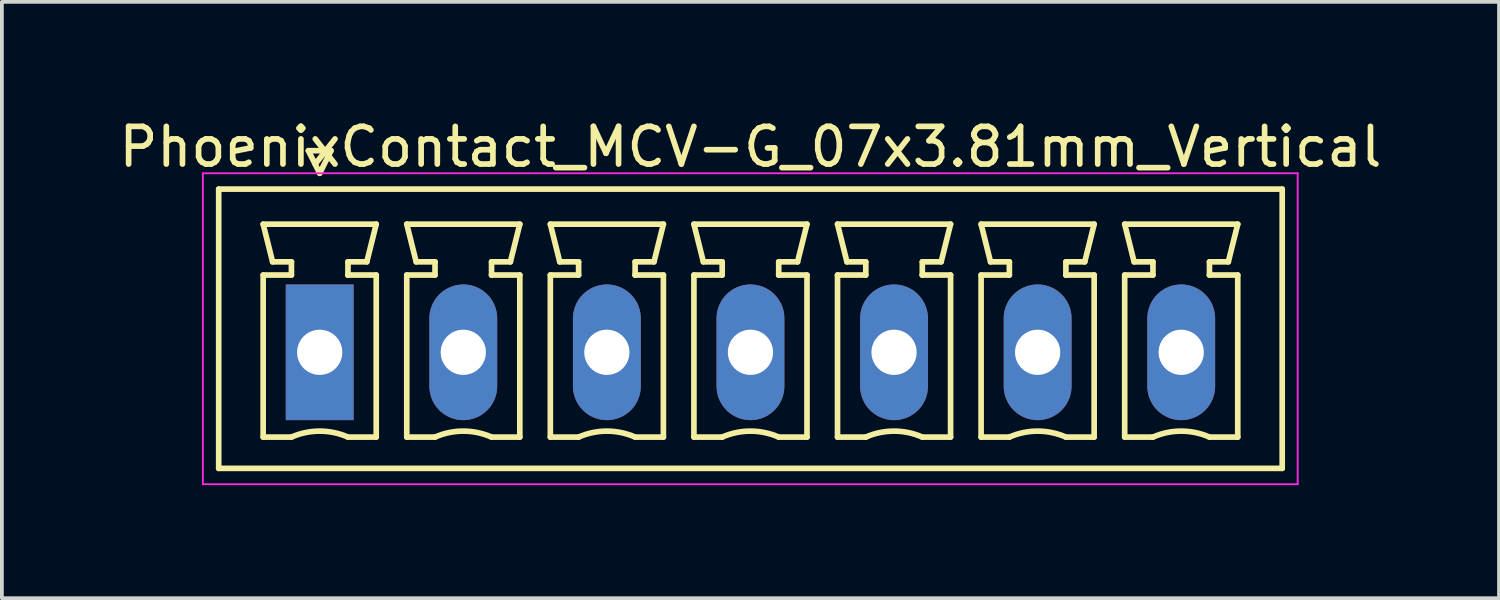
<source format=kicad_pcb>
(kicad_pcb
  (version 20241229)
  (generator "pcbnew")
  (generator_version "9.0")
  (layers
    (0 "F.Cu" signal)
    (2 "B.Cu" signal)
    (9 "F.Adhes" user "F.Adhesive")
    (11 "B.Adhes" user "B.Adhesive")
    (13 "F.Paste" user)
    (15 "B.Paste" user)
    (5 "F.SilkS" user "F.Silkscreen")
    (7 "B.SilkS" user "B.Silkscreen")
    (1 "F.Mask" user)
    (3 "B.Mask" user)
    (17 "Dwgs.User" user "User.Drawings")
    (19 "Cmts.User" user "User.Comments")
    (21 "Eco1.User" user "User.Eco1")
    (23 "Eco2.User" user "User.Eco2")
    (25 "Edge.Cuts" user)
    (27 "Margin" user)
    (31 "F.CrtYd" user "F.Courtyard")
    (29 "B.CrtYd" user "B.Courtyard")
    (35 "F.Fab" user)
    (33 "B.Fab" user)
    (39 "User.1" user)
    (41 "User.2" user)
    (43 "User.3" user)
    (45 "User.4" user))
  (footprint "PhoenixContact_MCV-G_07x3.81mm_Vertical"
    (layer "F.Cu")
    (at 5.433 6.298)
    (property "Reference" "PhoenixContact_MCV-G_07x3.81mm_Vertical" (at 11.43 -5.45 0) (layer "F.SilkS") (effects (font (size 1 1) (thickness 0.15))))
    (attr through_hole)
    (fp_line (start -2.68 -4.33) (end -2.68 3.08) (stroke (width 0.15) (type solid)) (layer "F.SilkS"))
    (fp_line (start -2.68 3.08) (end 25.54 3.08) (stroke (width 0.15) (type solid)) (layer "F.SilkS"))
    (fp_line (start -1.5 -3.4) (end 1.5 -3.4) (stroke (width 0.15) (type solid)) (layer "F.SilkS"))
    (fp_line (start -1.5 -2.05) (end -0.75 -2.05) (stroke (width 0.15) (type solid)) (layer "F.SilkS"))
    (fp_line (start -1.5 2.25) (end -1.5 -2.05) (stroke (width 0.15) (type solid)) (layer "F.SilkS"))
    (fp_line (start -1.25 -2.4) (end -1.5 -3.4) (stroke (width 0.15) (type solid)) (layer "F.SilkS"))
    (fp_line (start -0.75 -2.4) (end -1.25 -2.4) (stroke (width 0.15) (type solid)) (layer "F.SilkS"))
    (fp_line (start -0.75 -2.05) (end -0.75 -2.4) (stroke (width 0.15) (type solid)) (layer "F.SilkS"))
    (fp_line (start -0.75 2.25) (end -1.5 2.25) (stroke (width 0.15) (type solid)) (layer "F.SilkS"))
    (fp_line (start -0.3 -5.35) (end 0 -4.75) (stroke (width 0.15) (type solid)) (layer "F.SilkS"))
    (fp_line (start 0 -4.75) (end 0.3 -5.35) (stroke (width 0.15) (type solid)) (layer "F.SilkS"))
    (fp_line (start 0.3 -5.35) (end -0.3 -5.35) (stroke (width 0.15) (type solid)) (layer "F.SilkS"))
    (fp_line (start 0.75 -2.4) (end 0.75 -2.05) (stroke (width 0.15) (type solid)) (layer "F.SilkS"))
    (fp_line (start 0.75 -2.05) (end 0.75 -2.05) (stroke (width 0.15) (type solid)) (layer "F.SilkS"))
    (fp_line (start 0.75 -2.05) (end 1.5 -2.05) (stroke (width 0.15) (type solid)) (layer "F.SilkS"))
    (fp_line (start 1.25 -2.4) (end 0.75 -2.4) (stroke (width 0.15) (type solid)) (layer "F.SilkS"))
    (fp_line (start 1.5 -3.4) (end 1.25 -2.4) (stroke (width 0.15) (type solid)) (layer "F.SilkS"))
    (fp_line (start 1.5 -2.05) (end 1.5 2.25) (stroke (width 0.15) (type solid)) (layer "F.SilkS"))
    (fp_line (start 1.5 2.25) (end 0.75 2.25) (stroke (width 0.15) (type solid)) (layer "F.SilkS"))
    (fp_line (start 2.31 -3.4) (end 5.31 -3.4) (stroke (width 0.15) (type solid)) (layer "F.SilkS"))
    (fp_line (start 2.31 -2.05) (end 3.06 -2.05) (stroke (width 0.15) (type solid)) (layer "F.SilkS"))
    (fp_line (start 2.31 2.25) (end 2.31 -2.05) (stroke (width 0.15) (type solid)) (layer "F.SilkS"))
    (fp_line (start 2.56 -2.4) (end 2.31 -3.4) (stroke (width 0.15) (type solid)) (layer "F.SilkS"))
    (fp_line (start 3.06 -2.4) (end 2.56 -2.4) (stroke (width 0.15) (type solid)) (layer "F.SilkS"))
    (fp_line (start 3.06 -2.05) (end 3.06 -2.4) (stroke (width 0.15) (type solid)) (layer "F.SilkS"))
    (fp_line (start 3.06 2.25) (end 2.31 2.25) (stroke (width 0.15) (type solid)) (layer "F.SilkS"))
    (fp_line (start 4.56 -2.4) (end 4.56 -2.05) (stroke (width 0.15) (type solid)) (layer "F.SilkS"))
    (fp_line (start 4.56 -2.05) (end 4.56 -2.05) (stroke (width 0.15) (type solid)) (layer "F.SilkS"))
    (fp_line (start 4.56 -2.05) (end 5.31 -2.05) (stroke (width 0.15) (type solid)) (layer "F.SilkS"))
    (fp_line (start 5.06 -2.4) (end 4.56 -2.4) (stroke (width 0.15) (type solid)) (layer "F.SilkS"))
    (fp_line (start 5.31 -3.4) (end 5.06 -2.4) (stroke (width 0.15) (type solid)) (layer "F.SilkS"))
    (fp_line (start 5.31 -2.05) (end 5.31 2.25) (stroke (width 0.15) (type solid)) (layer "F.SilkS"))
    (fp_line (start 5.31 2.25) (end 4.56 2.25) (stroke (width 0.15) (type solid)) (layer "F.SilkS"))
    (fp_line (start 6.12 -3.4) (end 9.12 -3.4) (stroke (width 0.15) (type solid)) (layer "F.SilkS"))
    (fp_line (start 6.12 -2.05) (end 6.87 -2.05) (stroke (width 0.15) (type solid)) (layer "F.SilkS"))
    (fp_line (start 6.12 2.25) (end 6.12 -2.05) (stroke (width 0.15) (type solid)) (layer "F.SilkS"))
    (fp_line (start 6.37 -2.4) (end 6.12 -3.4) (stroke (width 0.15) (type solid)) (layer "F.SilkS"))
    (fp_line (start 6.87 -2.4) (end 6.37 -2.4) (stroke (width 0.15) (type solid)) (layer "F.SilkS"))
    (fp_line (start 6.87 -2.05) (end 6.87 -2.4) (stroke (width 0.15) (type solid)) (layer "F.SilkS"))
    (fp_line (start 6.87 2.25) (end 6.12 2.25) (stroke (width 0.15) (type solid)) (layer "F.SilkS"))
    (fp_line (start 8.37 -2.4) (end 8.37 -2.05) (stroke (width 0.15) (type solid)) (layer "F.SilkS"))
    (fp_line (start 8.37 -2.05) (end 8.37 -2.05) (stroke (width 0.15) (type solid)) (layer "F.SilkS"))
    (fp_line (start 8.37 -2.05) (end 9.12 -2.05) (stroke (width 0.15) (type solid)) (layer "F.SilkS"))
    (fp_line (start 8.87 -2.4) (end 8.37 -2.4) (stroke (width 0.15) (type solid)) (layer "F.SilkS"))
    (fp_line (start 9.12 -3.4) (end 8.87 -2.4) (stroke (width 0.15) (type solid)) (layer "F.SilkS"))
    (fp_line (start 9.12 -2.05) (end 9.12 2.25) (stroke (width 0.15) (type solid)) (layer "F.SilkS"))
    (fp_line (start 9.12 2.25) (end 8.37 2.25) (stroke (width 0.15) (type solid)) (layer "F.SilkS"))
    (fp_line (start 9.93 -3.4) (end 12.93 -3.4) (stroke (width 0.15) (type solid)) (layer "F.SilkS"))
    (fp_line (start 9.93 -2.05) (end 10.68 -2.05) (stroke (width 0.15) (type solid)) (layer "F.SilkS"))
    (fp_line (start 9.93 2.25) (end 9.93 -2.05) (stroke (width 0.15) (type solid)) (layer "F.SilkS"))
    (fp_line (start 10.18 -2.4) (end 9.93 -3.4) (stroke (width 0.15) (type solid)) (layer "F.SilkS"))
    (fp_line (start 10.68 -2.4) (end 10.18 -2.4) (stroke (width 0.15) (type solid)) (layer "F.SilkS"))
    (fp_line (start 10.68 -2.05) (end 10.68 -2.4) (stroke (width 0.15) (type solid)) (layer "F.SilkS"))
    (fp_line (start 10.68 2.25) (end 9.93 2.25) (stroke (width 0.15) (type solid)) (layer "F.SilkS"))
    (fp_line (start 12.18 -2.4) (end 12.18 -2.05) (stroke (width 0.15) (type solid)) (layer "F.SilkS"))
    (fp_line (start 12.18 -2.05) (end 12.18 -2.05) (stroke (width 0.15) (type solid)) (layer "F.SilkS"))
    (fp_line (start 12.18 -2.05) (end 12.93 -2.05) (stroke (width 0.15) (type solid)) (layer "F.SilkS"))
    (fp_line (start 12.68 -2.4) (end 12.18 -2.4) (stroke (width 0.15) (type solid)) (layer "F.SilkS"))
    (fp_line (start 12.93 -3.4) (end 12.68 -2.4) (stroke (width 0.15) (type solid)) (layer "F.SilkS"))
    (fp_line (start 12.93 -2.05) (end 12.93 2.25) (stroke (width 0.15) (type solid)) (layer "F.SilkS"))
    (fp_line (start 12.93 2.25) (end 12.18 2.25) (stroke (width 0.15) (type solid)) (layer "F.SilkS"))
    (fp_line (start 13.74 -3.4) (end 16.74 -3.4) (stroke (width 0.15) (type solid)) (layer "F.SilkS"))
    (fp_line (start 13.74 -2.05) (end 14.49 -2.05) (stroke (width 0.15) (type solid)) (layer "F.SilkS"))
    (fp_line (start 13.74 2.25) (end 13.74 -2.05) (stroke (width 0.15) (type solid)) (layer "F.SilkS"))
    (fp_line (start 13.99 -2.4) (end 13.74 -3.4) (stroke (width 0.15) (type solid)) (layer "F.SilkS"))
    (fp_line (start 14.49 -2.4) (end 13.99 -2.4) (stroke (width 0.15) (type solid)) (layer "F.SilkS"))
    (fp_line (start 14.49 -2.05) (end 14.49 -2.4) (stroke (width 0.15) (type solid)) (layer "F.SilkS"))
    (fp_line (start 14.49 2.25) (end 13.74 2.25) (stroke (width 0.15) (type solid)) (layer "F.SilkS"))
    (fp_line (start 15.99 -2.4) (end 15.99 -2.05) (stroke (width 0.15) (type solid)) (layer "F.SilkS"))
    (fp_line (start 15.99 -2.05) (end 15.99 -2.05) (stroke (width 0.15) (type solid)) (layer "F.SilkS"))
    (fp_line (start 15.99 -2.05) (end 16.74 -2.05) (stroke (width 0.15) (type solid)) (layer "F.SilkS"))
    (fp_line (start 16.49 -2.4) (end 15.99 -2.4) (stroke (width 0.15) (type solid)) (layer "F.SilkS"))
    (fp_line (start 16.74 -3.4) (end 16.49 -2.4) (stroke (width 0.15) (type solid)) (layer "F.SilkS"))
    (fp_line (start 16.74 -2.05) (end 16.74 2.25) (stroke (width 0.15) (type solid)) (layer "F.SilkS"))
    (fp_line (start 16.74 2.25) (end 15.99 2.25) (stroke (width 0.15) (type solid)) (layer "F.SilkS"))
    (fp_line (start 17.55 -3.4) (end 20.55 -3.4) (stroke (width 0.15) (type solid)) (layer "F.SilkS"))
    (fp_line (start 17.55 -2.05) (end 18.3 -2.05) (stroke (width 0.15) (type solid)) (layer "F.SilkS"))
    (fp_line (start 17.55 2.25) (end 17.55 -2.05) (stroke (width 0.15) (type solid)) (layer "F.SilkS"))
    (fp_line (start 17.8 -2.4) (end 17.55 -3.4) (stroke (width 0.15) (type solid)) (layer "F.SilkS"))
    (fp_line (start 18.3 -2.4) (end 17.8 -2.4) (stroke (width 0.15) (type solid)) (layer "F.SilkS"))
    (fp_line (start 18.3 -2.05) (end 18.3 -2.4) (stroke (width 0.15) (type solid)) (layer "F.SilkS"))
    (fp_line (start 18.3 2.25) (end 17.55 2.25) (stroke (width 0.15) (type solid)) (layer "F.SilkS"))
    (fp_line (start 19.8 -2.4) (end 19.8 -2.05) (stroke (width 0.15) (type solid)) (layer "F.SilkS"))
    (fp_line (start 19.8 -2.05) (end 19.8 -2.05) (stroke (width 0.15) (type solid)) (layer "F.SilkS"))
    (fp_line (start 19.8 -2.05) (end 20.55 -2.05) (stroke (width 0.15) (type solid)) (layer "F.SilkS"))
    (fp_line (start 20.3 -2.4) (end 19.8 -2.4) (stroke (width 0.15) (type solid)) (layer "F.SilkS"))
    (fp_line (start 20.55 -3.4) (end 20.3 -2.4) (stroke (width 0.15) (type solid)) (layer "F.SilkS"))
    (fp_line (start 20.55 -2.05) (end 20.55 2.25) (stroke (width 0.15) (type solid)) (layer "F.SilkS"))
    (fp_line (start 20.55 2.25) (end 19.8 2.25) (stroke (width 0.15) (type solid)) (layer "F.SilkS"))
    (fp_line (start 21.36 -3.4) (end 24.36 -3.4) (stroke (width 0.15) (type solid)) (layer "F.SilkS"))
    (fp_line (start 21.36 -2.05) (end 22.11 -2.05) (stroke (width 0.15) (type solid)) (layer "F.SilkS"))
    (fp_line (start 21.36 2.25) (end 21.36 -2.05) (stroke (width 0.15) (type solid)) (layer "F.SilkS"))
    (fp_line (start 21.61 -2.4) (end 21.36 -3.4) (stroke (width 0.15) (type solid)) (layer "F.SilkS"))
    (fp_line (start 22.11 -2.4) (end 21.61 -2.4) (stroke (width 0.15) (type solid)) (layer "F.SilkS"))
    (fp_line (start 22.11 -2.05) (end 22.11 -2.4) (stroke (width 0.15) (type solid)) (layer "F.SilkS"))
    (fp_line (start 22.11 2.25) (end 21.36 2.25) (stroke (width 0.15) (type solid)) (layer "F.SilkS"))
    (fp_line (start 23.61 -2.4) (end 23.61 -2.05) (stroke (width 0.15) (type solid)) (layer "F.SilkS"))
    (fp_line (start 23.61 -2.05) (end 23.61 -2.05) (stroke (width 0.15) (type solid)) (layer "F.SilkS"))
    (fp_line (start 23.61 -2.05) (end 24.36 -2.05) (stroke (width 0.15) (type solid)) (layer "F.SilkS"))
    (fp_line (start 24.11 -2.4) (end 23.61 -2.4) (stroke (width 0.15) (type solid)) (layer "F.SilkS"))
    (fp_line (start 24.36 -3.4) (end 24.11 -2.4) (stroke (width 0.15) (type solid)) (layer "F.SilkS"))
    (fp_line (start 24.36 -2.05) (end 24.36 2.25) (stroke (width 0.15) (type solid)) (layer "F.SilkS"))
    (fp_line (start 24.36 2.25) (end 23.61 2.25) (stroke (width 0.15) (type solid)) (layer "F.SilkS"))
    (fp_line (start 25.54 -4.33) (end -2.68 -4.33) (stroke (width 0.15) (type solid)) (layer "F.SilkS"))
    (fp_line (start 25.54 3.08) (end 25.54 -4.33) (stroke (width 0.15) (type solid)) (layer "F.SilkS"))
    (fp_arc (start -0.75 2.25) (mid -0.000193 2.09191) (end 0.749647 2.249844) (stroke (width 0.15) (type solid)) (layer "F.SilkS"))
    (fp_arc (start 3.06 2.25) (mid 3.809807 2.09191) (end 4.559647 2.249844) (stroke (width 0.15) (type solid)) (layer "F.SilkS"))
    (fp_arc (start 6.87 2.25) (mid 7.619807 2.09191) (end 8.369647 2.249844) (stroke (width 0.15) (type solid)) (layer "F.SilkS"))
    (fp_arc (start 10.68 2.25) (mid 11.429807 2.09191) (end 12.179647 2.249844) (stroke (width 0.15) (type solid)) (layer "F.SilkS"))
    (fp_arc (start 14.49 2.25) (mid 15.239807 2.09191) (end 15.989647 2.249844) (stroke (width 0.15) (type solid)) (layer "F.SilkS"))
    (fp_arc (start 18.3 2.25) (mid 19.049807 2.09191) (end 19.799647 2.249844) (stroke (width 0.15) (type solid)) (layer "F.SilkS"))
    (fp_arc (start 22.11 2.25) (mid 22.859807 2.09191) (end 23.609647 2.249844) (stroke (width 0.15) (type solid)) (layer "F.SilkS"))
    (fp_line (start -3.1 -4.75) (end -3.1 3.5) (stroke (width 0.05) (type solid)) (layer "F.CrtYd"))
    (fp_line (start -3.1 3.5) (end 25.95 3.5) (stroke (width 0.05) (type solid)) (layer "F.CrtYd"))
    (fp_line (start 25.95 -4.75) (end -3.1 -4.75) (stroke (width 0.05) (type solid)) (layer "F.CrtYd"))
    (fp_line (start 25.95 3.5) (end 25.95 -4.75) (stroke (width 0.05) (type solid)) (layer "F.CrtYd"))
    (pad "1" thru_hole rect (at 0 0) (size 1.8 3.6) (drill 1.2) (layers "*.Cu" "*.Mask"))
    (pad "2" thru_hole oval (at 3.81 0) (size 1.8 3.6) (drill 1.2) (layers "*.Cu" "*.Mask"))
    (pad "3" thru_hole oval (at 7.62 0) (size 1.8 3.6) (drill 1.2) (layers "*.Cu" "*.Mask"))
    (pad "4" thru_hole oval (at 11.43 0) (size 1.8 3.6) (drill 1.2) (layers "*.Cu" "*.Mask"))
    (pad "5" thru_hole oval (at 15.24 0) (size 1.8 3.6) (drill 1.2) (layers "*.Cu" "*.Mask"))
    (pad "6" thru_hole oval (at 19.05 0) (size 1.8 3.6) (drill 1.2) (layers "*.Cu" "*.Mask"))
    (pad "7" thru_hole oval (at 22.86 0) (size 1.8 3.6) (drill 1.2) (layers "*.Cu" "*.Mask")))
  (gr_rect
    (start -3 -3)
    (end 36.726 12.823)
    (stroke (width 0.1) (type default))
    (fill no)
    (layer "Edge.Cuts")))
</source>
